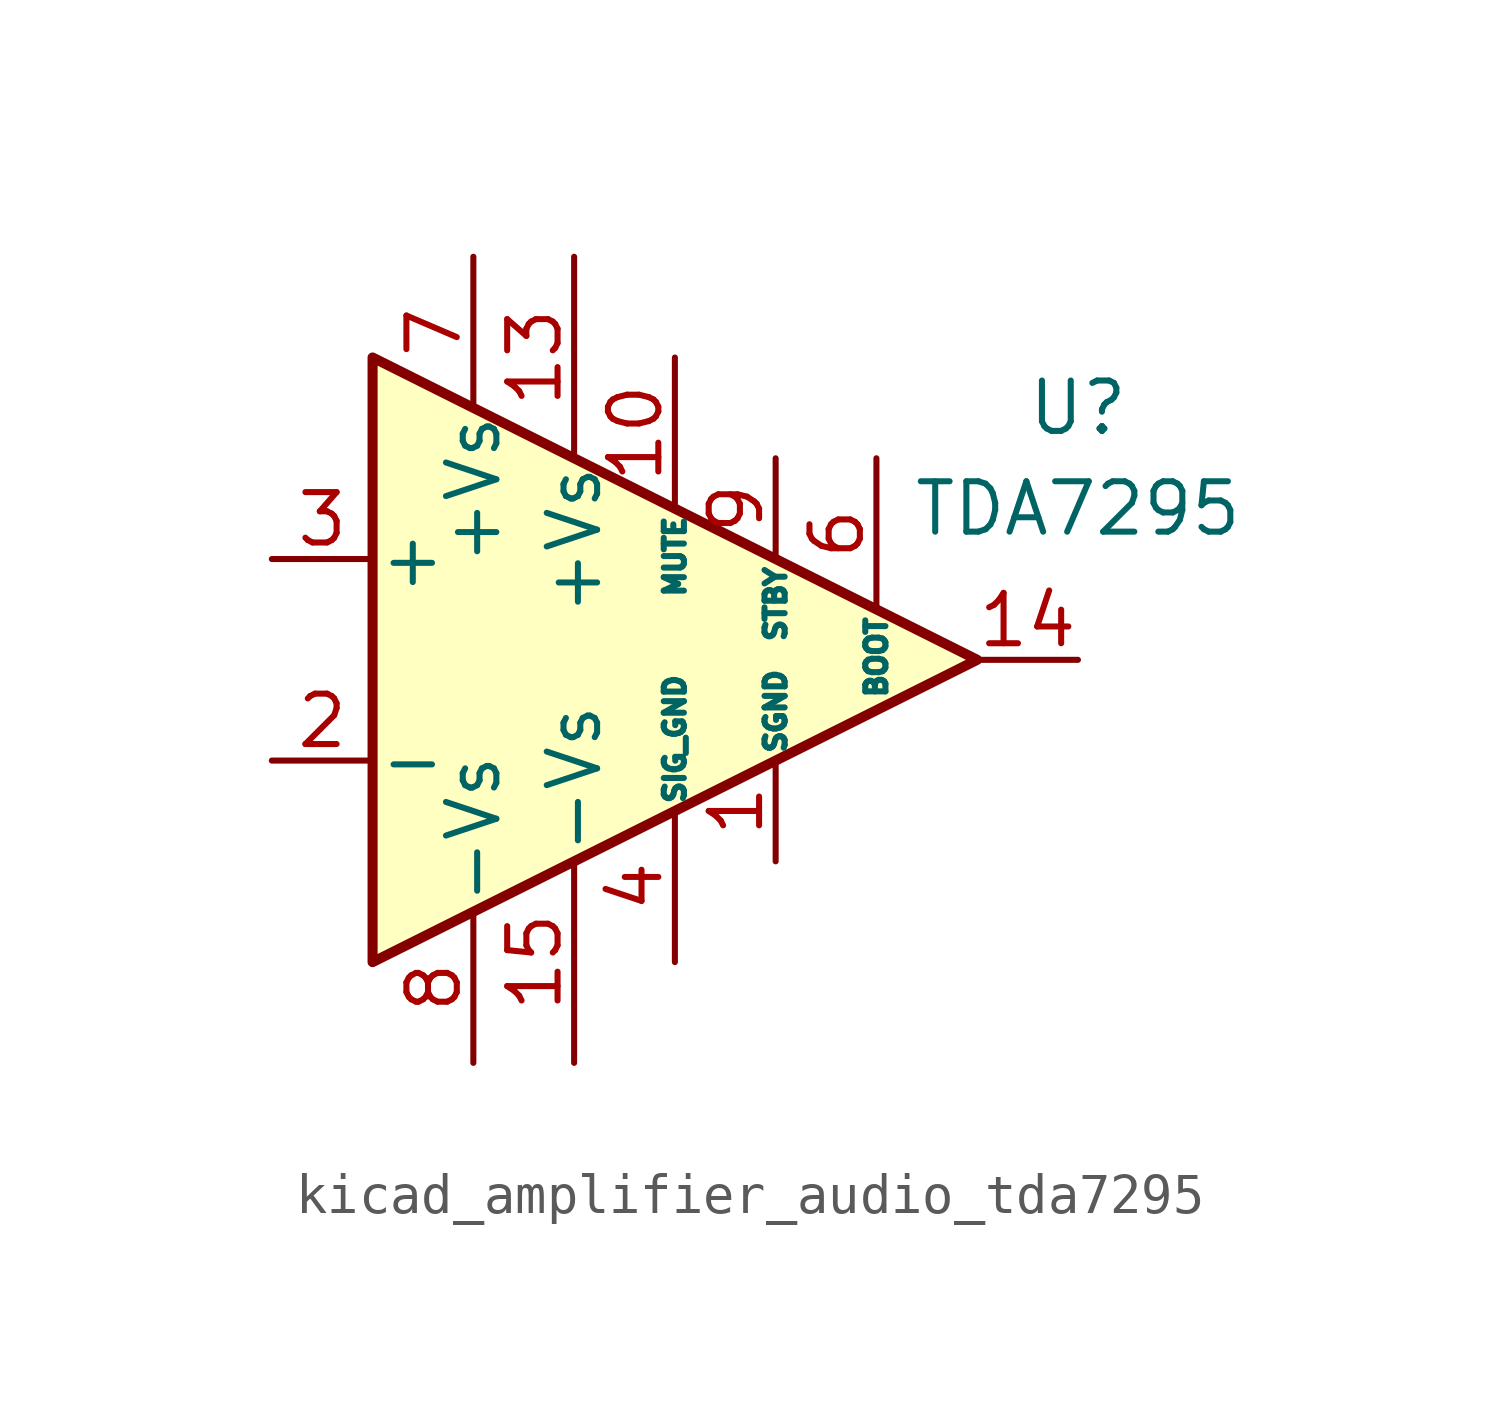
<source format=kicad_sym>
(kicad_symbol_lib
  (version 20220914)
  (generator kicad_symbol_editor)
  (symbol "kicad_amplifier_audio_tda7295"
    (pin_names
      (offset 0.127))
    (property "Reference" "U"
      (at 10.16 6.35 0)
      (effects (font (size 1.27 1.27))))
    (property "Value" "TDA7295"
      (at 10.16 3.81 0)
      (effects (font (size 1.27 1.27))))
    (symbol "kicad_amplifier_audio_tda7295_0_1"
      (polyline (pts (xy -7.62 7.62) (xy 7.62 0) (xy -7.62 -7.62) (xy -7.62 7.62)) (stroke (width 0.254) (type default)) (fill (type background))))
    (symbol "kicad_amplifier_audio_tda7295_1_1"
      (pin power_in line (at 2.54 -5.08 90) (length 2.54) (name "SGND" (effects (font (size 0.508 0.508)))) (number "1" (effects (font (size 1.27 1.27)))))
      (pin input line (at 0 7.62 270) (length 3.81) (name "MUTE" (effects (font (size 0.508 0.508)))) (number "10" (effects (font (size 1.27 1.27)))))
      (pin no_connect line (at 0 2.54 270) (length 2.54) hide (name "NC" (effects (font (size 1.27 1.27)))) (number "11" (effects (font (size 1.27 1.27)))))
      (pin no_connect line (at 2.54 2.54 270) (length 2.54) hide (name "NC" (effects (font (size 1.27 1.27)))) (number "12" (effects (font (size 1.27 1.27)))))
      (pin power_in line (at -2.54 10.16 270) (length 5.08) (name "+Vs" (effects (font (size 1.27 1.27)))) (number "13" (effects (font (size 1.27 1.27)))))
      (pin output line (at 10.16 0 180) (length 2.54) (name "~" (effects (font (size 1.27 1.27)))) (number "14" (effects (font (size 1.27 1.27)))))
      (pin power_in line (at -2.54 -10.16 90) (length 5.08) (name "-Vs" (effects (font (size 1.27 1.27)))) (number "15" (effects (font (size 1.27 1.27)))))
      (pin input line (at -10.16 -2.54 0) (length 2.54) (name "-" (effects (font (size 1.27 1.27)))) (number "2" (effects (font (size 1.27 1.27)))))
      (pin input line (at -10.16 2.54 0) (length 2.54) (name "+" (effects (font (size 1.27 1.27)))) (number "3" (effects (font (size 1.27 1.27)))))
      (pin power_in line (at 0 -7.62 90) (length 3.81) (name "SIG_GND" (effects (font (size 0.508 0.508)))) (number "4" (effects (font (size 1.27 1.27)))))
      (pin no_connect line (at -2.54 2.54 270) (length 2.54) hide (name "NC" (effects (font (size 1.27 1.27)))) (number "5" (effects (font (size 1.27 1.27)))))
      (pin passive line (at 5.08 5.08 270) (length 3.81) (name "BOOT" (effects (font (size 0.508 0.508)))) (number "6" (effects (font (size 1.27 1.27)))))
      (pin power_in line (at -5.08 10.16 270) (length 3.81) (name "+Vs" (effects (font (size 1.27 1.27)))) (number "7" (effects (font (size 1.27 1.27)))))
      (pin power_in line (at -5.08 -10.16 90) (length 3.81) (name "-Vs" (effects (font (size 1.27 1.27)))) (number "8" (effects (font (size 1.27 1.27)))))
      (pin input line (at 2.54 5.08 270) (length 2.54) (name "STBY" (effects (font (size 0.508 0.508)))) (number "9" (effects (font (size 1.27 1.27))))))))
</source>
